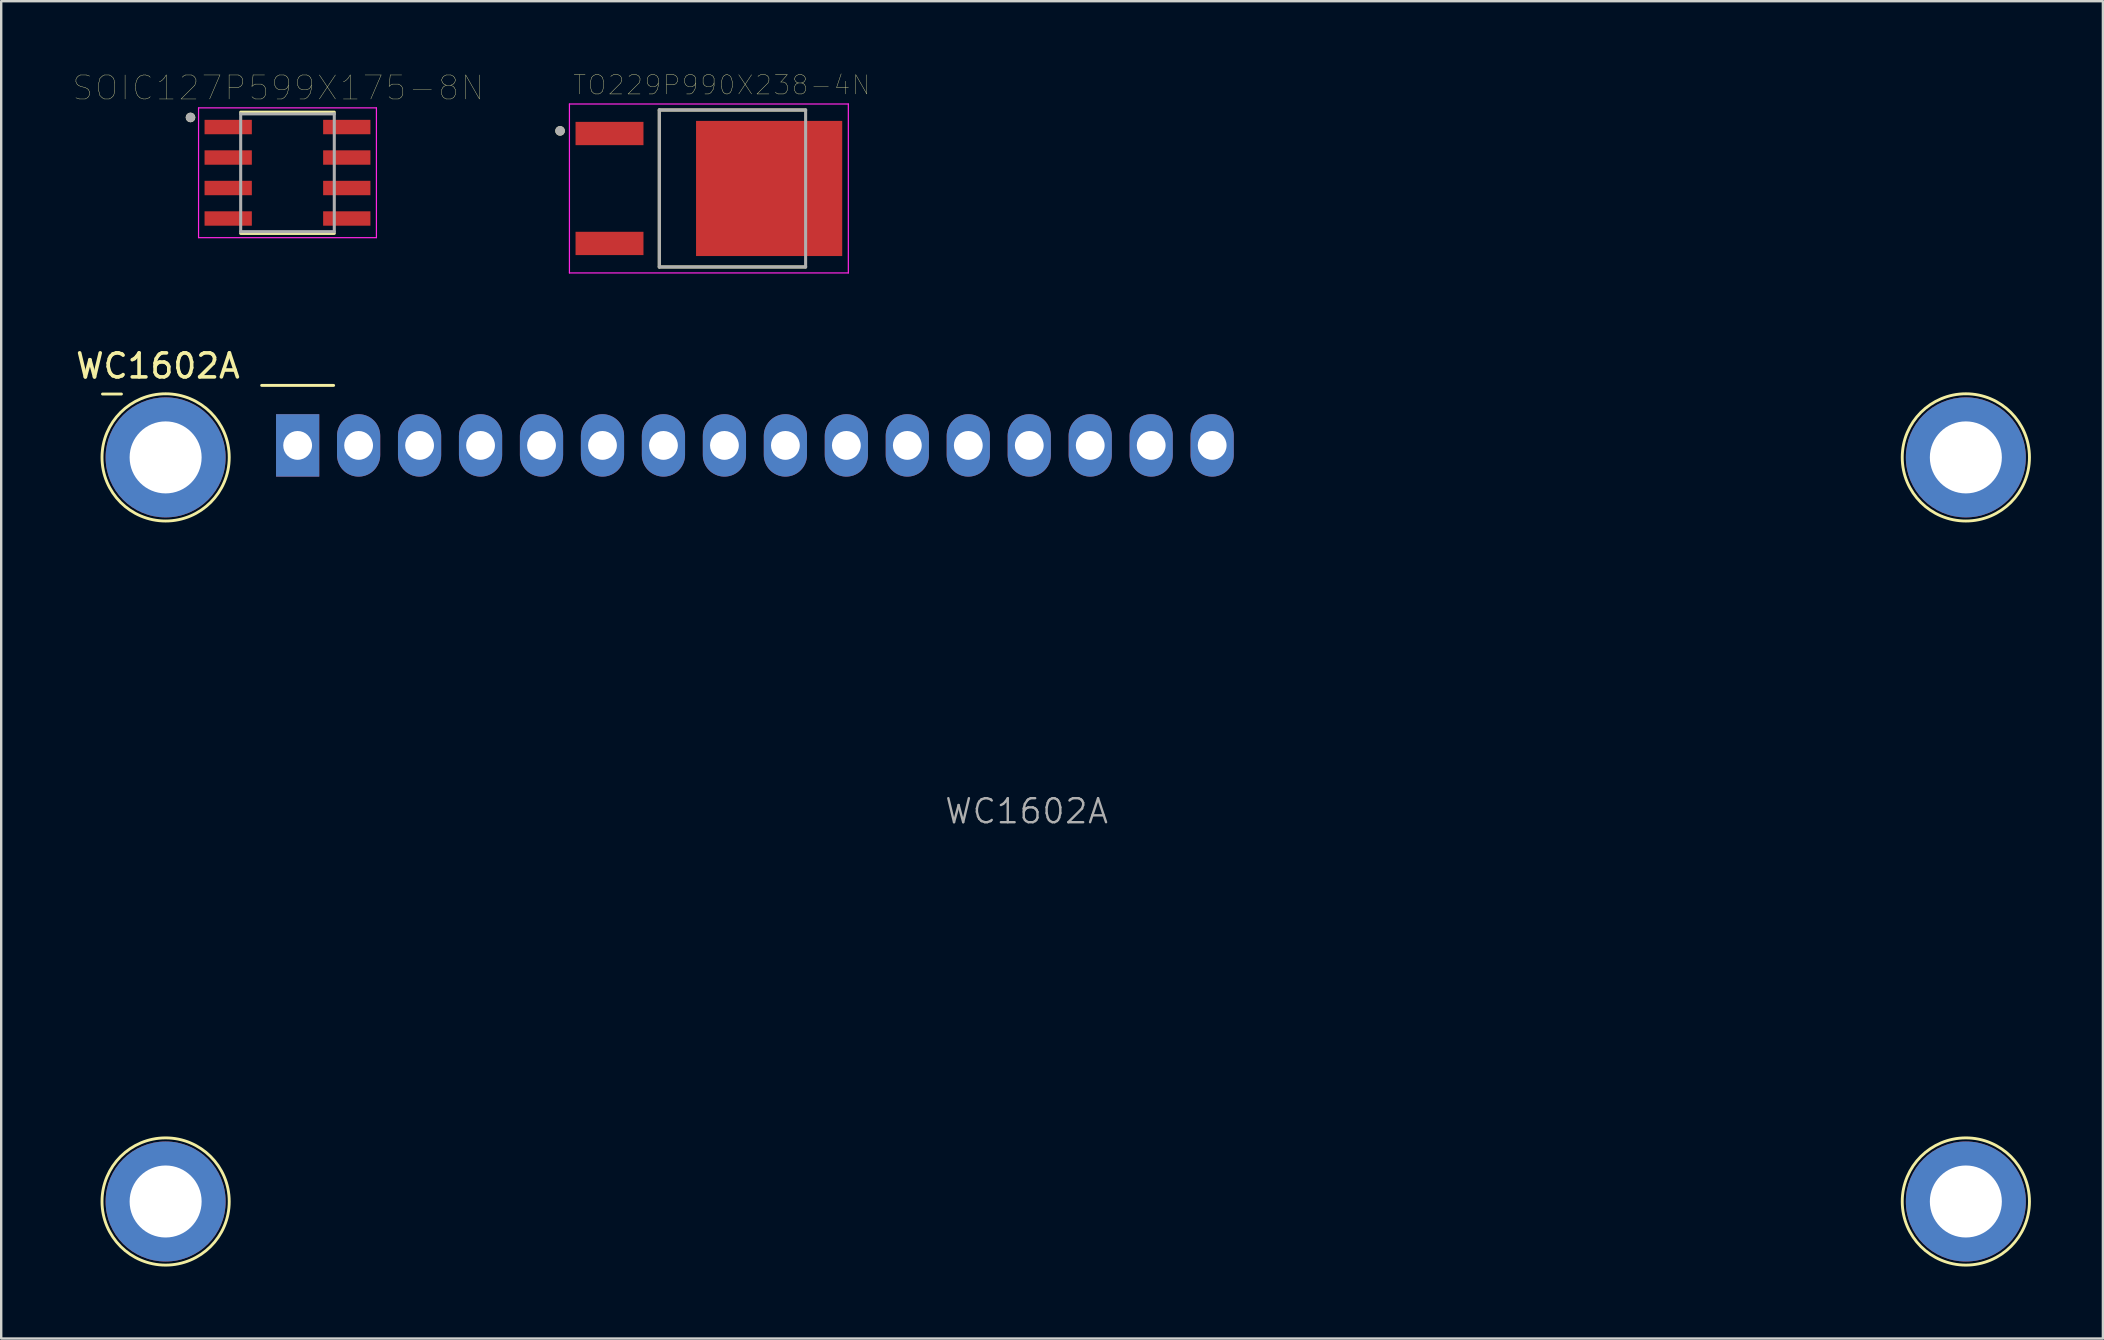
<source format=kicad_pcb>
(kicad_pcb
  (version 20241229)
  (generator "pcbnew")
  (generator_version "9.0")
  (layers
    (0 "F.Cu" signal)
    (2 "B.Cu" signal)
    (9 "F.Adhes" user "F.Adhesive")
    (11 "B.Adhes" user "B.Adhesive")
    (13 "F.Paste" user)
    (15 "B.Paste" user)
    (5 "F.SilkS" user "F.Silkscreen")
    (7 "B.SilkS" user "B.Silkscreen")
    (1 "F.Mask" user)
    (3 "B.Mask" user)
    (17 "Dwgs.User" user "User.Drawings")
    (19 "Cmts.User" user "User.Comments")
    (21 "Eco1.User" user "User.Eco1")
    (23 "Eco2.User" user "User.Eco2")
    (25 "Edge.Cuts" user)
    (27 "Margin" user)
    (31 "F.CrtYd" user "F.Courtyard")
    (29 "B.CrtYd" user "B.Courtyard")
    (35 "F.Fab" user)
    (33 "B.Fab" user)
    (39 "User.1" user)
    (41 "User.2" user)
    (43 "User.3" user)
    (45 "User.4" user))
  (footprint "WC1602A"
    (layer "F.Cu")
    (at 9.35 16.006)
    (property "Reference" "WC1602A" (at -5.82 -3.81 0) (layer "F.SilkS") (effects (font (size 1 1) (thickness 0.15))))
    (attr through_hole)
    (fp_line (start -8.13 -2.64) (end -7.34 -2.64) (stroke (width 0.12) (type solid)) (layer "F.SilkS"))
    (fp_line (start -1.5 -3) (end 1.5 -3) (stroke (width 0.12) (type solid)) (layer "F.SilkS"))
    (fp_circle (center -5.5 0) (end -2.85 0) (stroke (width 0.12) (type solid)) (fill no) (layer "F.SilkS"))
    (fp_circle (center -5.5 31) (end -2.85 31) (stroke (width 0.12) (type solid)) (fill no) (layer "F.SilkS"))
    (fp_circle (center 69.5 0) (end 72.15 0) (stroke (width 0.12) (type solid)) (fill no) (layer "F.SilkS"))
    (fp_circle (center 69.5 31) (end 72.15 31) (stroke (width 0.12) (type solid)) (fill no) (layer "F.SilkS"))
    (fp_text user "${REFERENCE}" (at 30.37 14.74 0) (layer "F.Fab") (effects (font (size 1 1) (thickness 0.1))))
    (pad "" np_thru_hole circle (at -5.5 0) (size 5 5) (drill 3) (layers "*.Cu" "*.Mask"))
    (pad "" np_thru_hole circle (at -5.5 31) (size 5 5) (drill 3) (layers "*.Cu" "*.Mask"))
    (pad "" np_thru_hole circle (at 69.5 0) (size 5 5) (drill 3) (layers "*.Cu" "*.Mask"))
    (pad "" np_thru_hole circle (at 69.5 31) (size 5 5) (drill 3) (layers "*.Cu" "*.Mask"))
    (pad "1" thru_hole rect (at 0 -0.5) (size 1.8 2.6) (drill 1.2) (layers "*.Cu" "*.Mask"))
    (pad "2" thru_hole oval (at 2.54 -0.5) (size 1.8 2.6) (drill 1.2) (layers "*.Cu" "*.Mask"))
    (pad "3" thru_hole oval (at 5.08 -0.5) (size 1.8 2.6) (drill 1.2) (layers "*.Cu" "*.Mask"))
    (pad "4" thru_hole oval (at 7.62 -0.5) (size 1.8 2.6) (drill 1.2) (layers "*.Cu" "*.Mask"))
    (pad "5" thru_hole oval (at 10.16 -0.5) (size 1.8 2.6) (drill 1.2) (layers "*.Cu" "*.Mask"))
    (pad "6" thru_hole oval (at 12.7 -0.5) (size 1.8 2.6) (drill 1.2) (layers "*.Cu" "*.Mask"))
    (pad "7" thru_hole oval (at 15.24 -0.5) (size 1.8 2.6) (drill 1.2) (layers "*.Cu" "*.Mask"))
    (pad "8" thru_hole oval (at 17.78 -0.5) (size 1.8 2.6) (drill 1.2) (layers "*.Cu" "*.Mask"))
    (pad "9" thru_hole oval (at 20.32 -0.5) (size 1.8 2.6) (drill 1.2) (layers "*.Cu" "*.Mask"))
    (pad "10" thru_hole oval (at 22.86 -0.5) (size 1.8 2.6) (drill 1.2) (layers "*.Cu" "*.Mask"))
    (pad "11" thru_hole oval (at 25.4 -0.5) (size 1.8 2.6) (drill 1.2) (layers "*.Cu" "*.Mask"))
    (pad "12" thru_hole oval (at 27.94 -0.5) (size 1.8 2.6) (drill 1.2) (layers "*.Cu" "*.Mask"))
    (pad "13" thru_hole oval (at 30.48 -0.5) (size 1.8 2.6) (drill 1.2) (layers "*.Cu" "*.Mask"))
    (pad "14" thru_hole oval (at 33.02 -0.5) (size 1.8 2.6) (drill 1.2) (layers "*.Cu" "*.Mask"))
    (pad "15" thru_hole oval (at 35.56 -0.5) (size 1.8 2.6) (drill 1.2) (layers "*.Cu" "*.Mask"))
    (pad "16" thru_hole oval (at 38.1 -0.5) (size 1.8 2.6) (drill 1.2) (layers "*.Cu" "*.Mask")))
  (footprint "SOIC127P599X175-8N"
    (layer "F.Cu")
    (at 8.927 4.148)
    (property "Reference" "SOIC127P599X175-8N" (at -0.385 -3.537 0) (layer "F.SilkS") (effects (font (size 1 1) (thickness 0.015))))
    (attr through_hole)
    (fp_line (start -1.95 -2.525) (end 1.95 -2.525) (stroke (width 0.127) (type solid)) (layer "F.SilkS"))
    (fp_line (start -1.95 2.525) (end 1.95 2.525) (stroke (width 0.127) (type solid)) (layer "F.SilkS"))
    (fp_circle (center -4.04 -2.305) (end -3.94 -2.305) (stroke (width 0.2) (type solid)) (fill no) (layer "F.SilkS"))
    (fp_line (start -3.705 -2.703) (end -3.705 2.703) (stroke (width 0.05) (type solid)) (layer "F.CrtYd"))
    (fp_line (start -3.705 -2.703) (end 3.705 -2.703) (stroke (width 0.05) (type solid)) (layer "F.CrtYd"))
    (fp_line (start -3.705 2.703) (end 3.705 2.703) (stroke (width 0.05) (type solid)) (layer "F.CrtYd"))
    (fp_line (start 3.705 -2.703) (end 3.705 2.703) (stroke (width 0.05) (type solid)) (layer "F.CrtYd"))
    (fp_line (start -1.95 -2.453) (end -1.95 2.453) (stroke (width 0.127) (type solid)) (layer "F.Fab"))
    (fp_line (start -1.95 -2.453) (end 1.95 -2.453) (stroke (width 0.127) (type solid)) (layer "F.Fab"))
    (fp_line (start -1.95 2.453) (end 1.95 2.453) (stroke (width 0.127) (type solid)) (layer "F.Fab"))
    (fp_line (start 1.95 -2.453) (end 1.95 2.453) (stroke (width 0.127) (type solid)) (layer "F.Fab"))
    (fp_circle (center -4.04 -2.305) (end -3.94 -2.305) (stroke (width 0.2) (type solid)) (fill no) (layer "F.Fab"))
    (pad "1" smd rect (at -2.47 -1.905) (size 1.97 0.6) (layers "F.Cu" "F.Mask" "F.Paste"))
    (pad "2" smd rect (at -2.47 -0.635) (size 1.97 0.6) (layers "F.Cu" "F.Mask" "F.Paste"))
    (pad "3" smd rect (at -2.47 0.635) (size 1.97 0.6) (layers "F.Cu" "F.Mask" "F.Paste"))
    (pad "4" smd rect (at -2.47 1.905) (size 1.97 0.6) (layers "F.Cu" "F.Mask" "F.Paste"))
    (pad "5" smd rect (at 2.47 1.905) (size 1.97 0.6) (layers "F.Cu" "F.Mask" "F.Paste"))
    (pad "6" smd rect (at 2.47 0.635) (size 1.97 0.6) (layers "F.Cu" "F.Mask" "F.Paste"))
    (pad "7" smd rect (at 2.47 -0.635) (size 1.97 0.6) (layers "F.Cu" "F.Mask" "F.Paste"))
    (pad "8" smd rect (at 2.47 -1.905) (size 1.97 0.6) (layers "F.Cu" "F.Mask" "F.Paste")))
  (footprint "TO229P990X238-4N"
    (layer "F.Cu")
    (at 26.483 4.802)
    (property "Reference" "TO229P990X238-4N" (at 0.54 -4.308 0) (layer "F.SilkS") (effects (font (size 0.8 0.8) (thickness 0.015))))
    (attr through_hole)
    (fp_line (start -2.065 -3.27) (end -2.065 3.27) (stroke (width 0.127) (type solid)) (layer "F.SilkS"))
    (fp_line (start -2.065 3.27) (end 4.03 3.27) (stroke (width 0.127) (type solid)) (layer "F.SilkS"))
    (fp_line (start 4.03 -3.27) (end -2.065 -3.27) (stroke (width 0.127) (type solid)) (layer "F.SilkS"))
    (fp_circle (center -6.2 -2.4) (end -6.1 -2.4) (stroke (width 0.2) (type solid)) (fill no) (layer "F.SilkS"))
    (fp_poly (pts (xy -0.175 -2.28) (xy 1.135 -2.28) (xy 1.135 -0.54) (xy -0.175 -0.54)) (stroke (width 0.01) (type solid)) (fill yes) (layer "F.Paste"))
    (fp_poly (pts (xy -0.175 0.54) (xy 1.135 0.54) (xy 1.135 2.28) (xy -0.175 2.28)) (stroke (width 0.01) (type solid)) (fill yes) (layer "F.Paste"))
    (fp_poly (pts (xy 1.855 -2.28) (xy 3.165 -2.28) (xy 3.165 -0.54) (xy 1.855 -0.54)) (stroke (width 0.01) (type solid)) (fill yes) (layer "F.Paste"))
    (fp_poly (pts (xy 1.855 0.54) (xy 3.165 0.54) (xy 3.165 2.28) (xy 1.855 2.28)) (stroke (width 0.01) (type solid)) (fill yes) (layer "F.Paste"))
    (fp_poly (pts (xy 3.885 -2.28) (xy 5.195 -2.28) (xy 5.195 -0.54) (xy 3.885 -0.54)) (stroke (width 0.01) (type solid)) (fill yes) (layer "F.Paste"))
    (fp_poly (pts (xy 3.885 0.54) (xy 5.195 0.54) (xy 5.195 2.28) (xy 3.885 2.28)) (stroke (width 0.01) (type solid)) (fill yes) (layer "F.Paste"))
    (fp_line (start -5.81 -3.52) (end -5.81 3.52) (stroke (width 0.05) (type solid)) (layer "F.CrtYd"))
    (fp_line (start -5.81 3.52) (end 5.81 3.52) (stroke (width 0.05) (type solid)) (layer "F.CrtYd"))
    (fp_line (start 5.81 -3.52) (end -5.81 -3.52) (stroke (width 0.05) (type solid)) (layer "F.CrtYd"))
    (fp_line (start 5.81 3.52) (end 5.81 -3.52) (stroke (width 0.05) (type solid)) (layer "F.CrtYd"))
    (fp_line (start -2.065 -3.27) (end -2.065 3.27) (stroke (width 0.127) (type solid)) (layer "F.Fab"))
    (fp_line (start -2.065 3.27) (end 4.03 3.27) (stroke (width 0.127) (type solid)) (layer "F.Fab"))
    (fp_line (start 4.03 -3.27) (end -2.065 -3.27) (stroke (width 0.127) (type solid)) (layer "F.Fab"))
    (fp_line (start 4.03 3.27) (end 4.03 -3.27) (stroke (width 0.127) (type solid)) (layer "F.Fab"))
    (fp_circle (center -6.2 -2.4) (end -6.1 -2.4) (stroke (width 0.2) (type solid)) (fill no) (layer "F.Fab"))
    (pad "1" smd rect (at -4.14 -2.29) (size 2.83 0.97) (layers "F.Cu" "F.Mask" "F.Paste"))
    (pad "3" smd rect (at -4.14 2.29) (size 2.83 0.97) (layers "F.Cu" "F.Mask" "F.Paste"))
    (pad "4" smd rect (at 2.51 0) (size 6.09 5.63) (layers "F.Cu" "F.Mask")))
  (gr_rect
    (start -3 -3)
    (end 84.56 52.716)
    (stroke (width 0.1) (type default))
    (fill no)
    (layer "Edge.Cuts")))
</source>
